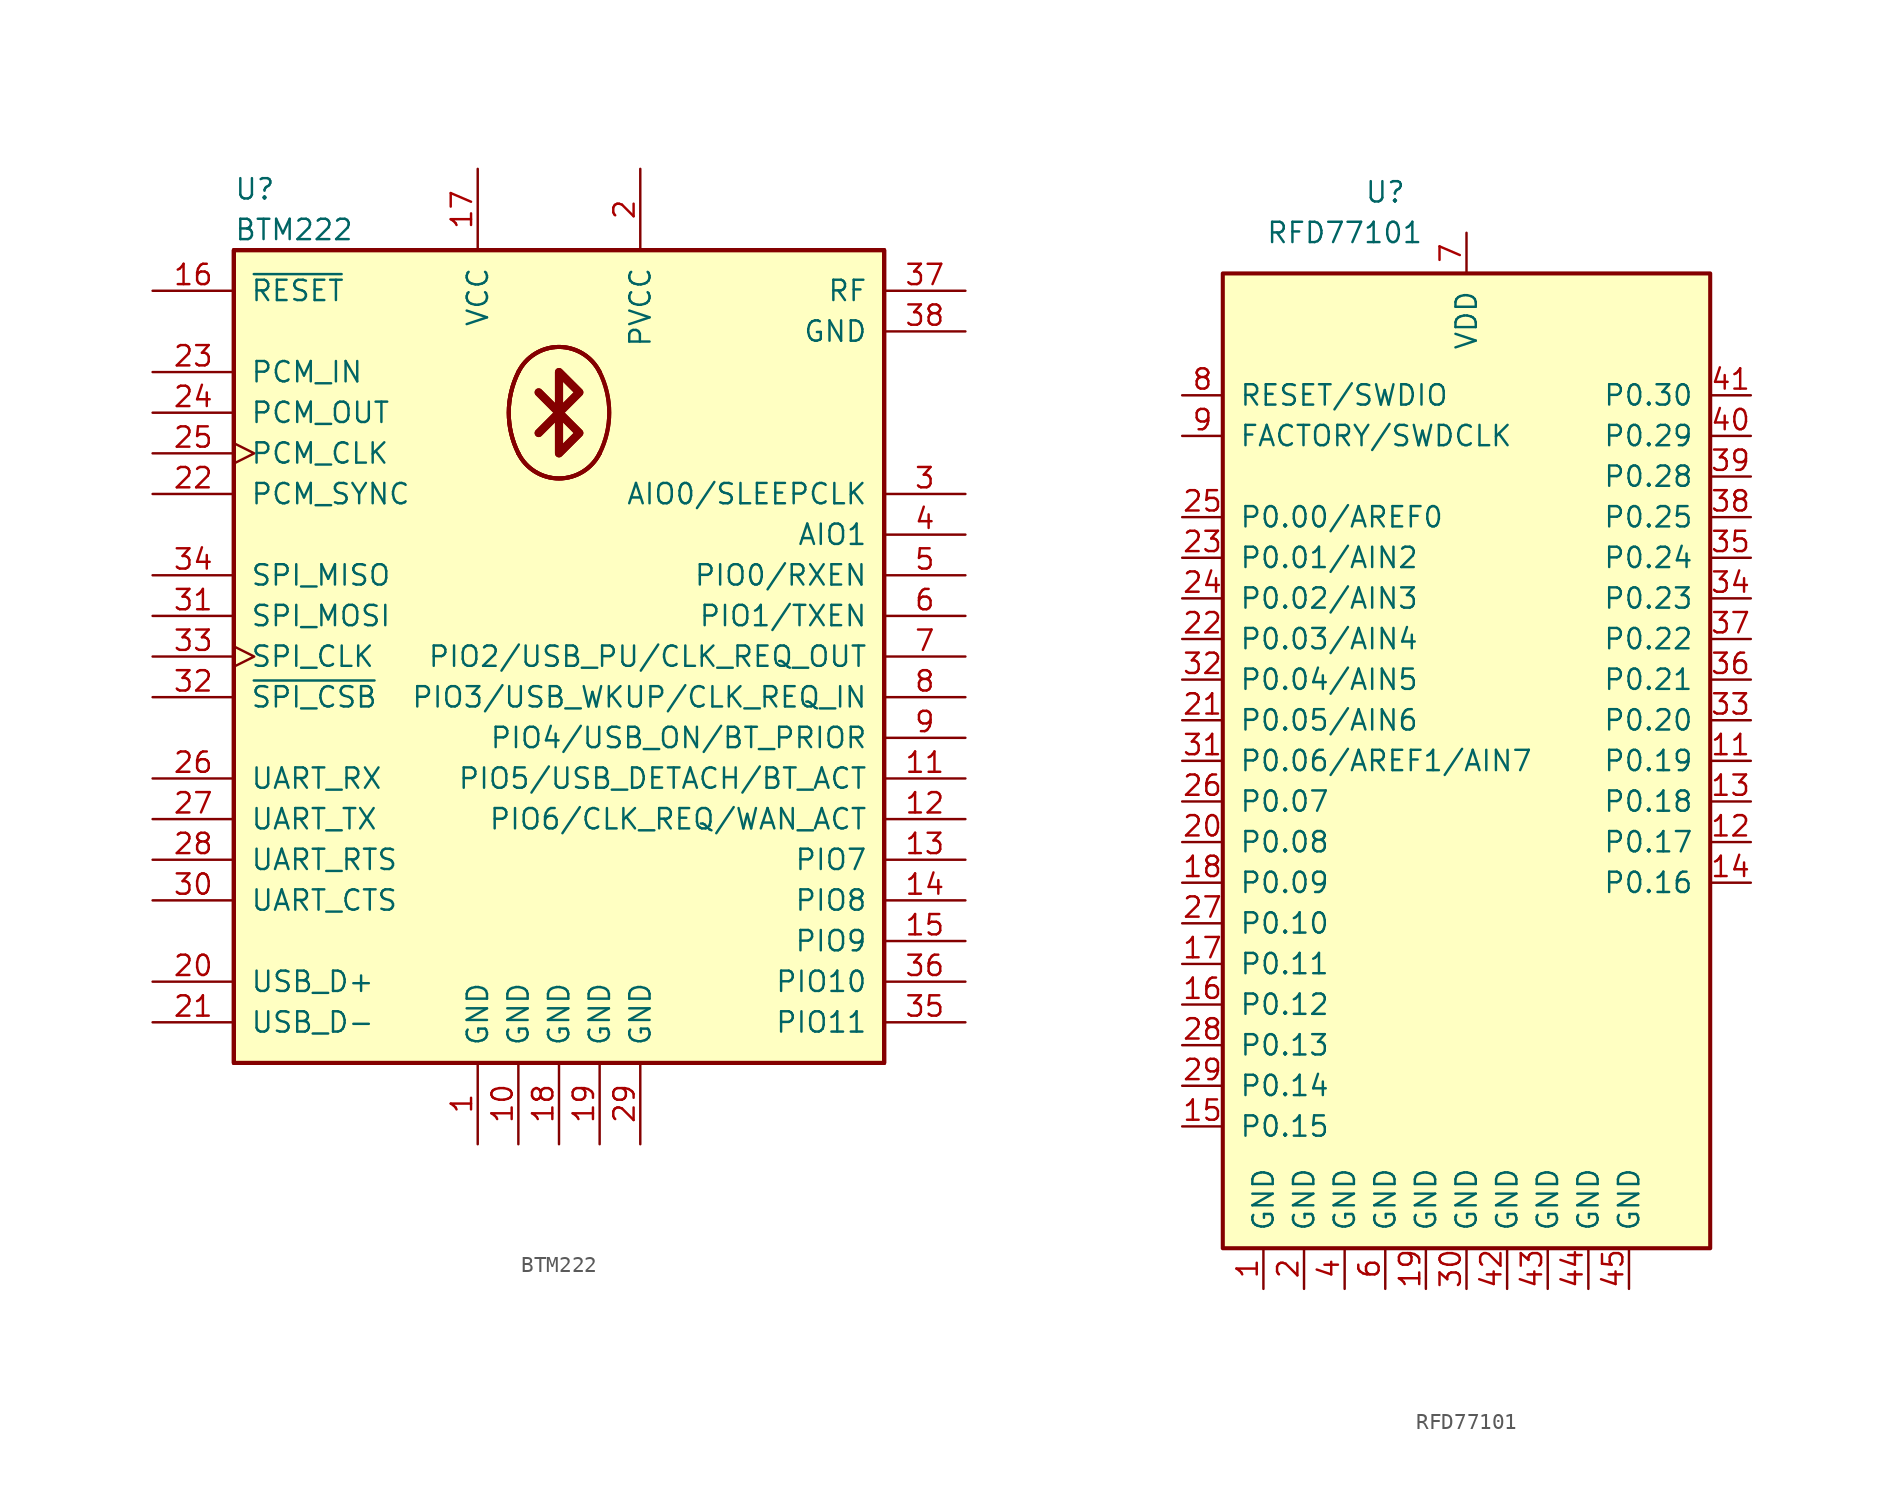
<source format=kicad_sym>
(kicad_symbol_lib
  (version 20201005)
  (generator kicad_symbol_editor)
  (symbol "BTM222"
    (pin_names
      (offset 1.016))
    (property "Reference" "U"
      (at -20.32 29.21 0)
      (effects (font (size 1.27 1.27)) (justify left)))
    (property "Value" "BTM222"
      (at -20.32 26.67 0)
      (effects (font (size 1.27 1.27)) (justify left)))
    (symbol "BTM222_0_1"
      (arc (start 2.54 17.78) (end 2.54 12.7) (radius (at -2.54 15.24) (length 5.6896) (angles 26.5 -26.5)) (stroke (width 0.254)) (fill (type background)))
      (arc (start 2.54 17.78) (end 2.54 12.7) (radius (at -2.54 15.24) (length 5.6896) (angles 26.5 -26.5)) (stroke (width 0.254)) (fill (type background)))
      (arc (start -2.54 12.7) (end 2.54 12.7) (radius (at 0 13.97) (length 2.8448) (angles -153.4 -26.5)) (stroke (width 0.254)) (fill (type background)))
      (arc (start -2.54 12.7) (end 2.54 12.7) (radius (at 0 13.97) (length 2.8448) (angles -153.4 -26.5)) (stroke (width 0.254)) (fill (type background)))
      (arc (start -2.54 12.7) (end 2.54 12.7) (radius (at 0 13.97) (length 2.8448) (angles -153.4 -26.5)) (stroke (width 0.254)) (fill (type background)))
      (arc (start -2.54 17.78) (end 2.54 17.78) (radius (at 0 16.51) (length 2.8448) (angles 153.4 26.5)) (stroke (width 0.254)) (fill (type background)))
      (arc (start -2.54 17.78) (end 2.54 17.78) (radius (at 0 16.51) (length 2.8448) (angles 153.4 26.5)) (stroke (width 0.254)) (fill (type background)))
      (arc (start -2.54 17.78) (end 2.54 17.78) (radius (at 0 16.51) (length 2.8448) (angles 153.4 26.5)) (stroke (width 0.254)) (fill (type background)))
      (arc (start -2.54 17.78) (end -2.54 12.7) (radius (at 2.54 15.24) (length 5.6896) (angles 153.4 -153.4)) (stroke (width 0.254)) (fill (type background)))
      (arc (start -2.54 17.78) (end -2.54 12.7) (radius (at 2.54 15.24) (length 5.6896) (angles 153.4 -153.4)) (stroke (width 0.254)) (fill (type background)))
      (arc (start -2.54 17.78) (end -2.54 12.7) (radius (at 2.54 15.24) (length 5.6896) (angles 153.4 -153.4)) (stroke (width 0.254)) (fill (type background)))
      (rectangle (start -20.32 25.4) (end 20.32 -25.4) (stroke (width 0.254)) (fill (type background)))
      (rectangle (start -20.32 25.4) (end 20.32 -25.4) (stroke (width 0.254)) (fill (type background)))
      (rectangle (start -20.32 25.4) (end 20.32 -25.4) (stroke (width 0.254)) (fill (type background)))
      (polyline (pts (xy 0 15.24) (xy -1.27 13.97)) (stroke (width 0.508)) (fill (type none)))
      (polyline (pts (xy 0 15.24) (xy -1.27 13.97)) (stroke (width 0.508)) (fill (type none)))
      (polyline (pts (xy 0 15.24) (xy -1.27 16.51)) (stroke (width 0.508)) (fill (type none)))
      (polyline (pts (xy 0 15.24) (xy -1.27 16.51)) (stroke (width 0.508)) (fill (type none)))
      (polyline (pts (xy 0 17.78) (xy 1.27 16.51) (xy 0 15.24) (xy 1.27 13.97) (xy 0 12.7) (xy 0 17.78)) (stroke (width 0.508)) (fill (type none)))
      (polyline (pts (xy 0 17.78) (xy 1.27 16.51) (xy 0 15.24) (xy 1.27 13.97) (xy 0 12.7) (xy 0 17.78)) (stroke (width 0.508)) (fill (type none))))
    (symbol "BTM222_1_1"
      (pin power_in line (at -5.08 -30.48 90) (length 5.08) (name "GND" (effects (font (size 1.27 1.27)))) (number "1" (effects (font (size 1.27 1.27)))))
      (pin power_in line (at -2.54 -30.48 90) (length 5.08) (name "GND" (effects (font (size 1.27 1.27)))) (number "10" (effects (font (size 1.27 1.27)))))
      (pin bidirectional line (at 25.4 -7.62 180) (length 5.08) (name "PIO5/USB_DETACH/BT_ACT" (effects (font (size 1.27 1.27)))) (number "11" (effects (font (size 1.27 1.27)))))
      (pin bidirectional line (at 25.4 -10.16 180) (length 5.08) (name "PIO6/CLK_REQ/WAN_ACT" (effects (font (size 1.27 1.27)))) (number "12" (effects (font (size 1.27 1.27)))))
      (pin bidirectional line (at 25.4 -12.7 180) (length 5.08) (name "PIO7" (effects (font (size 1.27 1.27)))) (number "13" (effects (font (size 1.27 1.27)))))
      (pin bidirectional line (at 25.4 -15.24 180) (length 5.08) (name "PIO8" (effects (font (size 1.27 1.27)))) (number "14" (effects (font (size 1.27 1.27)))))
      (pin bidirectional line (at 25.4 -17.78 180) (length 5.08) (name "PIO9" (effects (font (size 1.27 1.27)))) (number "15" (effects (font (size 1.27 1.27)))))
      (pin input line (at -25.4 22.86 0) (length 5.08) (name "~RESET~" (effects (font (size 1.27 1.27)))) (number "16" (effects (font (size 1.27 1.27)))))
      (pin power_in line (at -5.08 30.48 270) (length 5.08) (name "VCC" (effects (font (size 1.27 1.27)))) (number "17" (effects (font (size 1.27 1.27)))))
      (pin power_in line (at 0 -30.48 90) (length 5.08) (name "GND" (effects (font (size 1.27 1.27)))) (number "18" (effects (font (size 1.27 1.27)))))
      (pin power_in line (at 2.54 -30.48 90) (length 5.08) (name "GND" (effects (font (size 1.27 1.27)))) (number "19" (effects (font (size 1.27 1.27)))))
      (pin power_in line (at 5.08 30.48 270) (length 5.08) (name "PVCC" (effects (font (size 1.27 1.27)))) (number "2" (effects (font (size 1.27 1.27)))))
      (pin bidirectional line (at -25.4 -20.32 0) (length 5.08) (name "USB_D+" (effects (font (size 1.27 1.27)))) (number "20" (effects (font (size 1.27 1.27)))))
      (pin bidirectional line (at -25.4 -22.86 0) (length 5.08) (name "USB_D-" (effects (font (size 1.27 1.27)))) (number "21" (effects (font (size 1.27 1.27)))))
      (pin bidirectional line (at -25.4 10.16 0) (length 5.08) (name "PCM_SYNC" (effects (font (size 1.27 1.27)))) (number "22" (effects (font (size 1.27 1.27)))))
      (pin input line (at -25.4 17.78 0) (length 5.08) (name "PCM_IN" (effects (font (size 1.27 1.27)))) (number "23" (effects (font (size 1.27 1.27)))))
      (pin output line (at -25.4 15.24 0) (length 5.08) (name "PCM_OUT" (effects (font (size 1.27 1.27)))) (number "24" (effects (font (size 1.27 1.27)))))
      (pin bidirectional clock (at -25.4 12.7 0) (length 5.08) (name "PCM_CLK" (effects (font (size 1.27 1.27)))) (number "25" (effects (font (size 1.27 1.27)))))
      (pin input line (at -25.4 -7.62 0) (length 5.08) (name "UART_RX" (effects (font (size 1.27 1.27)))) (number "26" (effects (font (size 1.27 1.27)))))
      (pin output line (at -25.4 -10.16 0) (length 5.08) (name "UART_TX" (effects (font (size 1.27 1.27)))) (number "27" (effects (font (size 1.27 1.27)))))
      (pin output line (at -25.4 -12.7 0) (length 5.08) (name "UART_RTS" (effects (font (size 1.27 1.27)))) (number "28" (effects (font (size 1.27 1.27)))))
      (pin power_in line (at 5.08 -30.48 90) (length 5.08) (name "GND" (effects (font (size 1.27 1.27)))) (number "29" (effects (font (size 1.27 1.27)))))
      (pin bidirectional line (at 25.4 10.16 180) (length 5.08) (name "AIO0/SLEEPCLK" (effects (font (size 1.27 1.27)))) (number "3" (effects (font (size 1.27 1.27)))))
      (pin input line (at -25.4 -15.24 0) (length 5.08) (name "UART_CTS" (effects (font (size 1.27 1.27)))) (number "30" (effects (font (size 1.27 1.27)))))
      (pin input line (at -25.4 2.54 0) (length 5.08) (name "SPI_MOSI" (effects (font (size 1.27 1.27)))) (number "31" (effects (font (size 1.27 1.27)))))
      (pin input line (at -25.4 -2.54 0) (length 5.08) (name "~SPI_CSB~" (effects (font (size 1.27 1.27)))) (number "32" (effects (font (size 1.27 1.27)))))
      (pin input clock (at -25.4 0 0) (length 5.08) (name "SPI_CLK" (effects (font (size 1.27 1.27)))) (number "33" (effects (font (size 1.27 1.27)))))
      (pin output line (at -25.4 5.08 0) (length 5.08) (name "SPI_MISO" (effects (font (size 1.27 1.27)))) (number "34" (effects (font (size 1.27 1.27)))))
      (pin bidirectional line (at 25.4 -22.86 180) (length 5.08) (name "PIO11" (effects (font (size 1.27 1.27)))) (number "35" (effects (font (size 1.27 1.27)))))
      (pin bidirectional line (at 25.4 -20.32 180) (length 5.08) (name "PIO10" (effects (font (size 1.27 1.27)))) (number "36" (effects (font (size 1.27 1.27)))))
      (pin passive line (at 25.4 22.86 180) (length 5.08) (name "RF" (effects (font (size 1.27 1.27)))) (number "37" (effects (font (size 1.27 1.27)))))
      (pin power_in line (at 25.4 20.32 180) (length 5.08) (name "GND" (effects (font (size 1.27 1.27)))) (number "38" (effects (font (size 1.27 1.27)))))
      (pin bidirectional line (at 25.4 7.62 180) (length 5.08) (name "AIO1" (effects (font (size 1.27 1.27)))) (number "4" (effects (font (size 1.27 1.27)))))
      (pin bidirectional line (at 25.4 5.08 180) (length 5.08) (name "PIO0/RXEN" (effects (font (size 1.27 1.27)))) (number "5" (effects (font (size 1.27 1.27)))))
      (pin bidirectional line (at 25.4 2.54 180) (length 5.08) (name "PIO1/TXEN" (effects (font (size 1.27 1.27)))) (number "6" (effects (font (size 1.27 1.27)))))
      (pin bidirectional line (at 25.4 0 180) (length 5.08) (name "PIO2/USB_PU/CLK_REQ_OUT" (effects (font (size 1.27 1.27)))) (number "7" (effects (font (size 1.27 1.27)))))
      (pin bidirectional line (at 25.4 -2.54 180) (length 5.08) (name "PIO3/USB_WKUP/CLK_REQ_IN" (effects (font (size 1.27 1.27)))) (number "8" (effects (font (size 1.27 1.27)))))
      (pin bidirectional line (at 25.4 -5.08 180) (length 5.08) (name "PIO4/USB_ON/BT_PRIOR" (effects (font (size 1.27 1.27)))) (number "9" (effects (font (size 1.27 1.27)))))))
  (symbol "RFD77101"
    (pin_names
      (offset 1.016))
    (property "Reference" "U"
      (at -5.08 35.56 0)
      (effects (font (size 1.27 1.27))))
    (property "Value" "RFD77101"
      (at -7.62 33.02 0)
      (effects (font (size 1.27 1.27))))
    (symbol "RFD77101_0_1"
      (rectangle (start -15.24 30.48) (end 15.24 -30.48) (stroke (width 0.254)) (fill (type background))))
    (symbol "RFD77101_1_1"
      (pin power_in line (at -12.7 -33.02 90) (length 2.54) (name "GND" (effects (font (size 1.27 1.27)))) (number "1" (effects (font (size 1.27 1.27)))))
      (pin no_connect line (at 15.24 -20.32 180) (length 2.54) hide (name "NC" (effects (font (size 1.27 1.27)))) (number "10" (effects (font (size 1.27 1.27)))))
      (pin bidirectional line (at 17.78 0 180) (length 2.54) (name "P0.19" (effects (font (size 1.27 1.27)))) (number "11" (effects (font (size 1.27 1.27)))))
      (pin bidirectional line (at 17.78 -5.08 180) (length 2.54) (name "P0.17" (effects (font (size 1.27 1.27)))) (number "12" (effects (font (size 1.27 1.27)))))
      (pin bidirectional line (at 17.78 -2.54 180) (length 2.54) (name "P0.18" (effects (font (size 1.27 1.27)))) (number "13" (effects (font (size 1.27 1.27)))))
      (pin bidirectional line (at 17.78 -7.62 180) (length 2.54) (name "P0.16" (effects (font (size 1.27 1.27)))) (number "14" (effects (font (size 1.27 1.27)))))
      (pin bidirectional line (at -17.78 -22.86 0) (length 2.54) (name "P0.15" (effects (font (size 1.27 1.27)))) (number "15" (effects (font (size 1.27 1.27)))))
      (pin bidirectional line (at -17.78 -15.24 0) (length 2.54) (name "P0.12" (effects (font (size 1.27 1.27)))) (number "16" (effects (font (size 1.27 1.27)))))
      (pin bidirectional line (at -17.78 -12.7 0) (length 2.54) (name "P0.11" (effects (font (size 1.27 1.27)))) (number "17" (effects (font (size 1.27 1.27)))))
      (pin bidirectional line (at -17.78 -7.62 0) (length 2.54) (name "P0.09" (effects (font (size 1.27 1.27)))) (number "18" (effects (font (size 1.27 1.27)))))
      (pin power_in line (at -2.54 -33.02 90) (length 2.54) (name "GND" (effects (font (size 1.27 1.27)))) (number "19" (effects (font (size 1.27 1.27)))))
      (pin power_in line (at -10.16 -33.02 90) (length 2.54) (name "GND" (effects (font (size 1.27 1.27)))) (number "2" (effects (font (size 1.27 1.27)))))
      (pin bidirectional line (at -17.78 -5.08 0) (length 2.54) (name "P0.08" (effects (font (size 1.27 1.27)))) (number "20" (effects (font (size 1.27 1.27)))))
      (pin bidirectional line (at -17.78 2.54 0) (length 2.54) (name "P0.05/AIN6" (effects (font (size 1.27 1.27)))) (number "21" (effects (font (size 1.27 1.27)))))
      (pin bidirectional line (at -17.78 7.62 0) (length 2.54) (name "P0.03/AIN4" (effects (font (size 1.27 1.27)))) (number "22" (effects (font (size 1.27 1.27)))))
      (pin bidirectional line (at -17.78 12.7 0) (length 2.54) (name "P0.01/AIN2" (effects (font (size 1.27 1.27)))) (number "23" (effects (font (size 1.27 1.27)))))
      (pin bidirectional line (at -17.78 10.16 0) (length 2.54) (name "P0.02/AIN3" (effects (font (size 1.27 1.27)))) (number "24" (effects (font (size 1.27 1.27)))))
      (pin bidirectional line (at -17.78 15.24 0) (length 2.54) (name "P0.00/AREF0" (effects (font (size 1.27 1.27)))) (number "25" (effects (font (size 1.27 1.27)))))
      (pin bidirectional line (at -17.78 -2.54 0) (length 2.54) (name "P0.07" (effects (font (size 1.27 1.27)))) (number "26" (effects (font (size 1.27 1.27)))))
      (pin bidirectional line (at -17.78 -10.16 0) (length 2.54) (name "P0.10" (effects (font (size 1.27 1.27)))) (number "27" (effects (font (size 1.27 1.27)))))
      (pin bidirectional line (at -17.78 -17.78 0) (length 2.54) (name "P0.13" (effects (font (size 1.27 1.27)))) (number "28" (effects (font (size 1.27 1.27)))))
      (pin bidirectional line (at -17.78 -20.32 0) (length 2.54) (name "P0.14" (effects (font (size 1.27 1.27)))) (number "29" (effects (font (size 1.27 1.27)))))
      (pin no_connect line (at 15.24 -15.24 180) (length 2.54) hide (name "NC" (effects (font (size 1.27 1.27)))) (number "3" (effects (font (size 1.27 1.27)))))
      (pin power_in line (at 0 -33.02 90) (length 2.54) (name "GND" (effects (font (size 1.27 1.27)))) (number "30" (effects (font (size 1.27 1.27)))))
      (pin bidirectional line (at -17.78 0 0) (length 2.54) (name "P0.06/AREF1/AIN7" (effects (font (size 1.27 1.27)))) (number "31" (effects (font (size 1.27 1.27)))))
      (pin bidirectional line (at -17.78 5.08 0) (length 2.54) (name "P0.04/AIN5" (effects (font (size 1.27 1.27)))) (number "32" (effects (font (size 1.27 1.27)))))
      (pin bidirectional line (at 17.78 2.54 180) (length 2.54) (name "P0.20" (effects (font (size 1.27 1.27)))) (number "33" (effects (font (size 1.27 1.27)))))
      (pin bidirectional line (at 17.78 10.16 180) (length 2.54) (name "P0.23" (effects (font (size 1.27 1.27)))) (number "34" (effects (font (size 1.27 1.27)))))
      (pin bidirectional line (at 17.78 12.7 180) (length 2.54) (name "P0.24" (effects (font (size 1.27 1.27)))) (number "35" (effects (font (size 1.27 1.27)))))
      (pin bidirectional line (at 17.78 5.08 180) (length 2.54) (name "P0.21" (effects (font (size 1.27 1.27)))) (number "36" (effects (font (size 1.27 1.27)))))
      (pin bidirectional line (at 17.78 7.62 180) (length 2.54) (name "P0.22" (effects (font (size 1.27 1.27)))) (number "37" (effects (font (size 1.27 1.27)))))
      (pin bidirectional line (at 17.78 15.24 180) (length 2.54) (name "P0.25" (effects (font (size 1.27 1.27)))) (number "38" (effects (font (size 1.27 1.27)))))
      (pin bidirectional line (at 17.78 17.78 180) (length 2.54) (name "P0.28" (effects (font (size 1.27 1.27)))) (number "39" (effects (font (size 1.27 1.27)))))
      (pin power_in line (at -7.62 -33.02 90) (length 2.54) (name "GND" (effects (font (size 1.27 1.27)))) (number "4" (effects (font (size 1.27 1.27)))))
      (pin bidirectional line (at 17.78 20.32 180) (length 2.54) (name "P0.29" (effects (font (size 1.27 1.27)))) (number "40" (effects (font (size 1.27 1.27)))))
      (pin bidirectional line (at 17.78 22.86 180) (length 2.54) (name "P0.30" (effects (font (size 1.27 1.27)))) (number "41" (effects (font (size 1.27 1.27)))))
      (pin power_in line (at 2.54 -33.02 90) (length 2.54) (name "GND" (effects (font (size 1.27 1.27)))) (number "42" (effects (font (size 1.27 1.27)))))
      (pin power_in line (at 5.08 -33.02 90) (length 2.54) (name "GND" (effects (font (size 1.27 1.27)))) (number "43" (effects (font (size 1.27 1.27)))))
      (pin power_in line (at 7.62 -33.02 90) (length 2.54) (name "GND" (effects (font (size 1.27 1.27)))) (number "44" (effects (font (size 1.27 1.27)))))
      (pin power_in line (at 10.16 -33.02 90) (length 2.54) (name "GND" (effects (font (size 1.27 1.27)))) (number "45" (effects (font (size 1.27 1.27)))))
      (pin no_connect line (at 15.24 -17.78 180) (length 2.54) hide (name "NC" (effects (font (size 1.27 1.27)))) (number "5" (effects (font (size 1.27 1.27)))))
      (pin power_in line (at -5.08 -33.02 90) (length 2.54) (name "GND" (effects (font (size 1.27 1.27)))) (number "6" (effects (font (size 1.27 1.27)))))
      (pin power_in line (at 0 33.02 270) (length 2.54) (name "VDD" (effects (font (size 1.27 1.27)))) (number "7" (effects (font (size 1.27 1.27)))))
      (pin bidirectional line (at -17.78 22.86 0) (length 2.54) (name "RESET/SWDIO" (effects (font (size 1.27 1.27)))) (number "8" (effects (font (size 1.27 1.27)))))
      (pin input line (at -17.78 20.32 0) (length 2.54) (name "FACTORY/SWDCLK" (effects (font (size 1.27 1.27)))) (number "9" (effects (font (size 1.27 1.27))))))))
</source>
